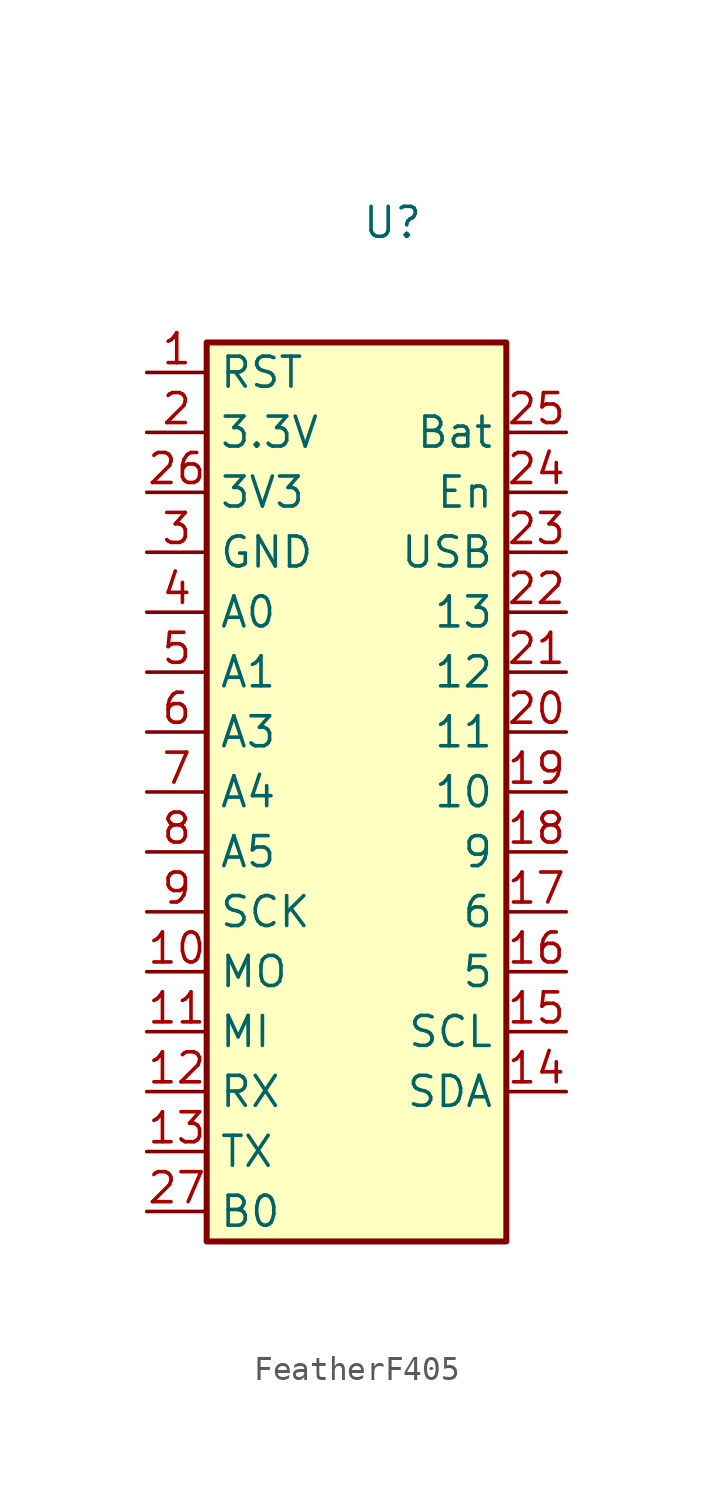
<source format=kicad_sym>
(kicad_symbol_lib
  (version 20231120)
  (generator "kicad_symbol_editor")
  (generator_version "8.0")
  (symbol "FeatherF405"
    (property "Reference" "U"
      (at 0.254 16.51 0)
      (effects (font (size 1.27 1.27))))
    (property "Value" ""
      (at -3.81 5.08 0)
      (effects (font (size 1.27 1.27))))
    (symbol "FeatherF405_1_1"
      (rectangle (start -7.62 11.43) (end 5.08 -26.67) (stroke (width 0.254) (type default)) (fill (type background)))
      (pin input line (at -10.16 10.16 0) (length 2.54) (name "RST" (effects (font (size 1.27 1.27)))) (number "1" (effects (font (size 1.27 1.27)))))
      (pin input line (at -10.16 -15.24 0) (length 2.54) (name "MO" (effects (font (size 1.27 1.27)))) (number "10" (effects (font (size 1.27 1.27)))))
      (pin input line (at -10.16 -17.78 0) (length 2.54) (name "MI" (effects (font (size 1.27 1.27)))) (number "11" (effects (font (size 1.27 1.27)))))
      (pin input line (at -10.16 -20.32 0) (length 2.54) (name "RX" (effects (font (size 1.27 1.27)))) (number "12" (effects (font (size 1.27 1.27)))))
      (pin input line (at -10.16 -22.86 0) (length 2.54) (name "TX" (effects (font (size 1.27 1.27)))) (number "13" (effects (font (size 1.27 1.27)))))
      (pin input line (at 7.62 -20.32 180) (length 2.54) (name "SDA" (effects (font (size 1.27 1.27)))) (number "14" (effects (font (size 1.27 1.27)))))
      (pin input line (at 7.62 -17.78 180) (length 2.54) (name "SCL" (effects (font (size 1.27 1.27)))) (number "15" (effects (font (size 1.27 1.27)))))
      (pin input line (at 7.62 -15.24 180) (length 2.54) (name "5" (effects (font (size 1.27 1.27)))) (number "16" (effects (font (size 1.27 1.27)))))
      (pin input line (at 7.62 -12.7 180) (length 2.54) (name "6" (effects (font (size 1.27 1.27)))) (number "17" (effects (font (size 1.27 1.27)))))
      (pin input line (at 7.62 -10.16 180) (length 2.54) (name "9" (effects (font (size 1.27 1.27)))) (number "18" (effects (font (size 1.27 1.27)))))
      (pin input line (at 7.62 -7.62 180) (length 2.54) (name "10" (effects (font (size 1.27 1.27)))) (number "19" (effects (font (size 1.27 1.27)))))
      (pin input line (at -10.16 7.62 0) (length 2.54) (name "3.3V" (effects (font (size 1.27 1.27)))) (number "2" (effects (font (size 1.27 1.27)))))
      (pin input line (at 7.62 -5.08 180) (length 2.54) (name "11" (effects (font (size 1.27 1.27)))) (number "20" (effects (font (size 1.27 1.27)))))
      (pin input line (at 7.62 -2.54 180) (length 2.54) (name "12" (effects (font (size 1.27 1.27)))) (number "21" (effects (font (size 1.27 1.27)))))
      (pin input line (at 7.62 0 180) (length 2.54) (name "13" (effects (font (size 1.27 1.27)))) (number "22" (effects (font (size 1.27 1.27)))))
      (pin input line (at 7.62 2.54 180) (length 2.54) (name "USB" (effects (font (size 1.27 1.27)))) (number "23" (effects (font (size 1.27 1.27)))))
      (pin input line (at 7.62 5.08 180) (length 2.54) (name "En" (effects (font (size 1.27 1.27)))) (number "24" (effects (font (size 1.27 1.27)))))
      (pin input line (at 7.62 7.62 180) (length 2.54) (name "Bat" (effects (font (size 1.27 1.27)))) (number "25" (effects (font (size 1.27 1.27)))))
      (pin input line (at -10.16 5.08 0) (length 2.54) (name "3V3" (effects (font (size 1.27 1.27)))) (number "26" (effects (font (size 1.27 1.27)))))
      (pin input line (at -10.16 -25.4 0) (length 2.54) (name "B0" (effects (font (size 1.27 1.27)))) (number "27" (effects (font (size 1.27 1.27)))))
      (pin input line (at -10.16 2.54 0) (length 2.54) (name "GND" (effects (font (size 1.27 1.27)))) (number "3" (effects (font (size 1.27 1.27)))))
      (pin input line (at -10.16 0 0) (length 2.54) (name "A0" (effects (font (size 1.27 1.27)))) (number "4" (effects (font (size 1.27 1.27)))))
      (pin input line (at -10.16 -2.54 0) (length 2.54) (name "A1" (effects (font (size 1.27 1.27)))) (number "5" (effects (font (size 1.27 1.27)))))
      (pin input line (at -10.16 -5.08 0) (length 2.54) (name "A3" (effects (font (size 1.27 1.27)))) (number "6" (effects (font (size 1.27 1.27)))))
      (pin input line (at -10.16 -7.62 0) (length 2.54) (name "A4" (effects (font (size 1.27 1.27)))) (number "7" (effects (font (size 1.27 1.27)))))
      (pin input line (at -10.16 -10.16 0) (length 2.54) (name "A5" (effects (font (size 1.27 1.27)))) (number "8" (effects (font (size 1.27 1.27)))))
      (pin input line (at -10.16 -12.7 0) (length 2.54) (name "SCK" (effects (font (size 1.27 1.27)))) (number "9" (effects (font (size 1.27 1.27))))))))
</source>
